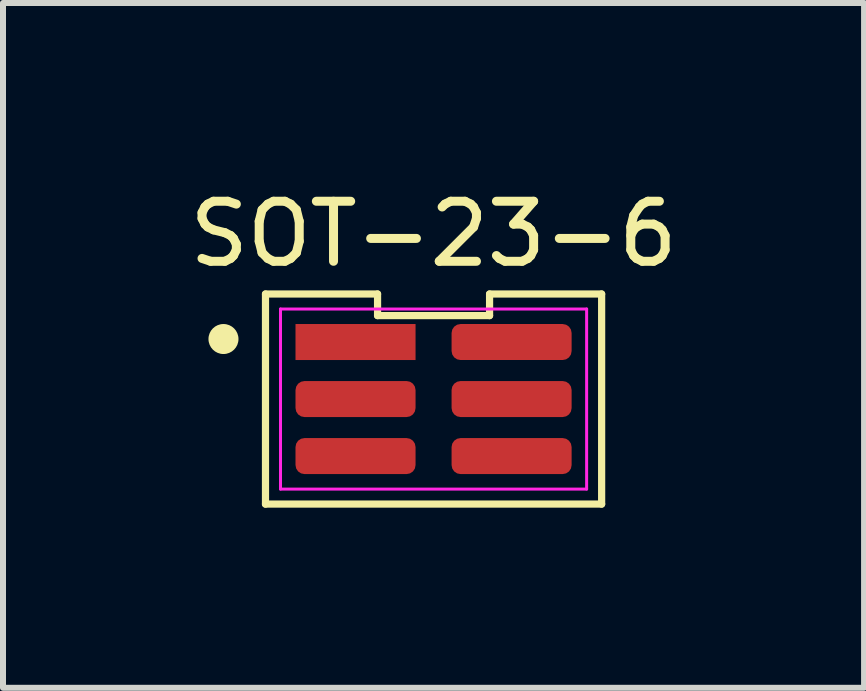
<source format=kicad_pcb>
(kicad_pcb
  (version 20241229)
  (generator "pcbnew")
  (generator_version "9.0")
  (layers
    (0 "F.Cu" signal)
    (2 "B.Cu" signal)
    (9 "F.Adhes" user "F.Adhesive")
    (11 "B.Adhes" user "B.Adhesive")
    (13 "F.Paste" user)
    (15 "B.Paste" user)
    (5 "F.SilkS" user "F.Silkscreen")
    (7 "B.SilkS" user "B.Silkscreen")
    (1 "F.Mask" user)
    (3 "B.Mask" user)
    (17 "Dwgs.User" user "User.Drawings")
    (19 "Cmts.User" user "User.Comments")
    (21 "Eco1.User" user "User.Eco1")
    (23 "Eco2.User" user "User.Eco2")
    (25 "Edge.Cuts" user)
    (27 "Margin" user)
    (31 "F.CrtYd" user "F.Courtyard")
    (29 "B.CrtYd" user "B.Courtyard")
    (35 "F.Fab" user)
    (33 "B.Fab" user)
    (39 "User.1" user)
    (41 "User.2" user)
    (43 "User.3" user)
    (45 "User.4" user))
  (footprint "SOT-23-6"
    (layer "F.Cu")
    (at 4.173 3.598)
    (property "Reference" "SOT-23-6" (at 0 -2.75 0) (layer "F.SilkS") (effects (font (size 1 1) (thickness 0.15))))
    (attr through_hole)
    (fp_line (start -2.8 -1.75) (end -2.8 1.75) (stroke (width 0.12) (type default)) (layer "F.SilkS"))
    (fp_line (start -2.8 1.75) (end 2.8 1.75) (stroke (width 0.12) (type default)) (layer "F.SilkS"))
    (fp_line (start -0.933 -1.75) (end -2.8 -1.75) (stroke (width 0.12) (type default)) (layer "F.SilkS"))
    (fp_line (start -0.933 -1.39) (end -0.933 -1.75) (stroke (width 0.12) (type default)) (layer "F.SilkS"))
    (fp_line (start 0.933 -1.75) (end 0.933 -1.39) (stroke (width 0.12) (type default)) (layer "F.SilkS"))
    (fp_line (start 0.933 -1.39) (end -0.933 -1.39) (stroke (width 0.12) (type default)) (layer "F.SilkS"))
    (fp_line (start 2.8 -1.75) (end 0.933 -1.75) (stroke (width 0.12) (type default)) (layer "F.SilkS"))
    (fp_line (start 2.8 1.75) (end 2.8 -1.75) (stroke (width 0.12) (type default)) (layer "F.SilkS"))
    (fp_circle (center -3.5 -1) (end -3.3 -1) (stroke (width 0.1) (type solid)) (fill yes) (layer "F.SilkS"))
    (fp_line (start -2.55 -1.5) (end 2.55 -1.5) (stroke (width 0.05) (type default)) (layer "F.CrtYd"))
    (fp_line (start -2.55 1.5) (end -2.55 -1.5) (stroke (width 0.05) (type default)) (layer "F.CrtYd"))
    (fp_line (start 2.55 -1.5) (end 2.55 1.5) (stroke (width 0.05) (type default)) (layer "F.CrtYd"))
    (fp_line (start 2.55 1.5) (end -2.55 1.5) (stroke (width 0.05) (type default)) (layer "F.CrtYd"))
    (pad "1" smd rect (at -1.3 -0.95 270) (size 0.6 2) (layers "F.Cu" "F.Mask" "F.Paste"))
    (pad "2" smd roundrect (at -1.3 0 270) (size 0.6 2) (layers "F.Cu" "F.Mask" "F.Paste") (roundrect_rratio 0.25))
    (pad "3" smd roundrect (at -1.3 0.95 270) (size 0.6 2) (layers "F.Cu" "F.Mask" "F.Paste") (roundrect_rratio 0.25))
    (pad "4" smd roundrect (at 1.3 0.95 270) (size 0.6 2) (layers "F.Cu" "F.Mask" "F.Paste") (roundrect_rratio 0.25))
    (pad "5" smd roundrect (at 1.3 0 270) (size 0.6 2) (layers "F.Cu" "F.Mask" "F.Paste") (roundrect_rratio 0.25))
    (pad "6" smd roundrect (at 1.3 -0.95 270) (size 0.6 2) (layers "F.Cu" "F.Mask" "F.Paste") (roundrect_rratio 0.25)))
  (gr_rect
    (start -3 -3)
    (end 11.345 8.408)
    (stroke (width 0.1) (type default))
    (fill no)
    (layer "Edge.Cuts")))
</source>
